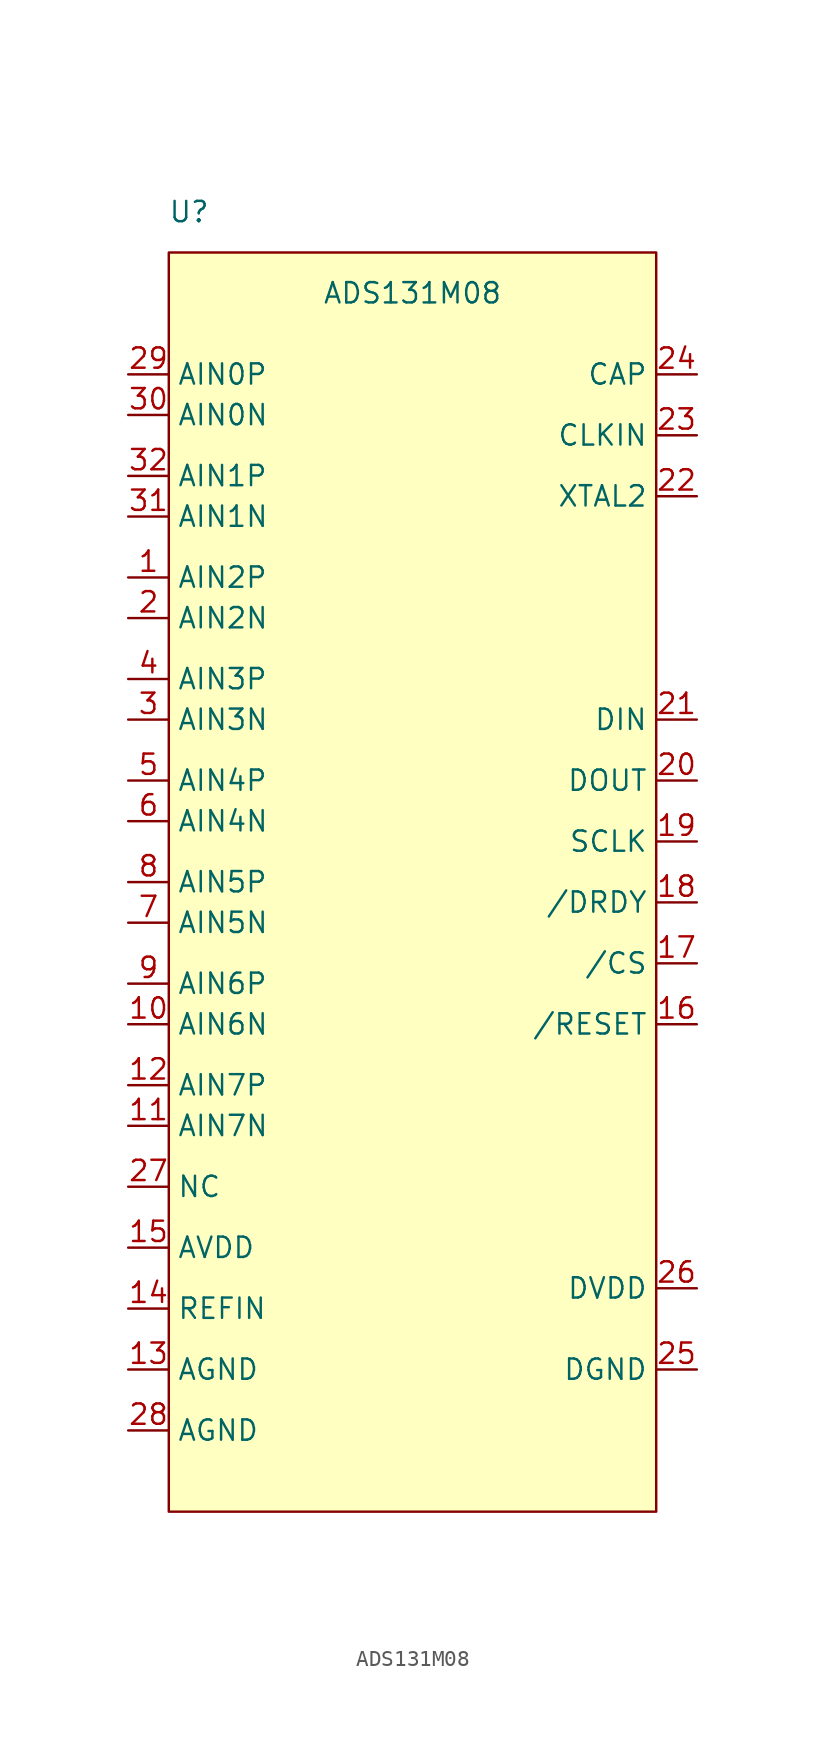
<source format=kicad_sym>
(kicad_symbol_lib
  (version 20220914)
  (generator kicad_symbol_editor)
  (symbol "ADS131M08"
    (property "Reference" "U"
      (at -13.97 38.1 0)
      (effects (font (size 1.27 1.27))))
    (property "Value" "ADS131M08"
      (at 0 33.02 0)
      (effects (font (size 1.27 1.27))))
    (symbol "ADS131M08_0_1"
      (rectangle (start -15.24 35.56) (end 15.24 -43.18) (stroke (width 0) (type default)) (fill (type background))))
    (symbol "ADS131M08_1_1"
      (pin input line (at -17.78 15.24 0) (length 2.54) (name "AIN2P" (effects (font (size 1.27 1.27)))) (number "1" (effects (font (size 1.27 1.27)))))
      (pin input line (at -17.78 -12.7 0) (length 2.54) (name "AIN6N" (effects (font (size 1.27 1.27)))) (number "10" (effects (font (size 1.27 1.27)))))
      (pin input line (at -17.78 -19.05 0) (length 2.54) (name "AIN7N" (effects (font (size 1.27 1.27)))) (number "11" (effects (font (size 1.27 1.27)))))
      (pin input line (at -17.78 -16.51 0) (length 2.54) (name "AIN7P" (effects (font (size 1.27 1.27)))) (number "12" (effects (font (size 1.27 1.27)))))
      (pin power_in line (at -17.78 -34.29 0) (length 2.54) (name "AGND" (effects (font (size 1.27 1.27)))) (number "13" (effects (font (size 1.27 1.27)))))
      (pin input line (at -17.78 -30.48 0) (length 2.54) (name "REFIN" (effects (font (size 1.27 1.27)))) (number "14" (effects (font (size 1.27 1.27)))))
      (pin power_in line (at -17.78 -26.67 0) (length 2.54) (name "AVDD" (effects (font (size 1.27 1.27)))) (number "15" (effects (font (size 1.27 1.27)))))
      (pin input line (at 17.78 -12.7 180) (length 2.54) (name "/RESET" (effects (font (size 1.27 1.27)))) (number "16" (effects (font (size 1.27 1.27)))))
      (pin input line (at 17.78 -8.89 180) (length 2.54) (name "/CS" (effects (font (size 1.27 1.27)))) (number "17" (effects (font (size 1.27 1.27)))))
      (pin output line (at 17.78 -5.08 180) (length 2.54) (name "/DRDY" (effects (font (size 1.27 1.27)))) (number "18" (effects (font (size 1.27 1.27)))))
      (pin input line (at 17.78 -1.27 180) (length 2.54) (name "SCLK" (effects (font (size 1.27 1.27)))) (number "19" (effects (font (size 1.27 1.27)))))
      (pin input line (at -17.78 12.7 0) (length 2.54) (name "AIN2N" (effects (font (size 1.27 1.27)))) (number "2" (effects (font (size 1.27 1.27)))))
      (pin output line (at 17.78 2.54 180) (length 2.54) (name "DOUT" (effects (font (size 1.27 1.27)))) (number "20" (effects (font (size 1.27 1.27)))))
      (pin input line (at 17.78 6.35 180) (length 2.54) (name "DIN" (effects (font (size 1.27 1.27)))) (number "21" (effects (font (size 1.27 1.27)))))
      (pin passive line (at 17.78 20.32 180) (length 2.54) (name "XTAL2" (effects (font (size 1.27 1.27)))) (number "22" (effects (font (size 1.27 1.27)))))
      (pin input line (at 17.78 24.13 180) (length 2.54) (name "CLKIN" (effects (font (size 1.27 1.27)))) (number "23" (effects (font (size 1.27 1.27)))))
      (pin passive line (at 17.78 27.94 180) (length 2.54) (name "CAP" (effects (font (size 1.27 1.27)))) (number "24" (effects (font (size 1.27 1.27)))))
      (pin power_in line (at 17.78 -34.29 180) (length 2.54) (name "DGND" (effects (font (size 1.27 1.27)))) (number "25" (effects (font (size 1.27 1.27)))))
      (pin power_in line (at 17.78 -29.21 180) (length 2.54) (name "DVDD" (effects (font (size 1.27 1.27)))) (number "26" (effects (font (size 1.27 1.27)))))
      (pin input line (at -17.78 -22.86 0) (length 2.54) (name "NC" (effects (font (size 1.27 1.27)))) (number "27" (effects (font (size 1.27 1.27)))))
      (pin power_in line (at -17.78 -38.1 0) (length 2.54) (name "AGND" (effects (font (size 1.27 1.27)))) (number "28" (effects (font (size 1.27 1.27)))))
      (pin input line (at -17.78 27.94 0) (length 2.54) (name "AIN0P" (effects (font (size 1.27 1.27)))) (number "29" (effects (font (size 1.27 1.27)))))
      (pin input line (at -17.78 6.35 0) (length 2.54) (name "AIN3N" (effects (font (size 1.27 1.27)))) (number "3" (effects (font (size 1.27 1.27)))))
      (pin input line (at -17.78 25.4 0) (length 2.54) (name "AIN0N" (effects (font (size 1.27 1.27)))) (number "30" (effects (font (size 1.27 1.27)))))
      (pin input line (at -17.78 19.05 0) (length 2.54) (name "AIN1N" (effects (font (size 1.27 1.27)))) (number "31" (effects (font (size 1.27 1.27)))))
      (pin input line (at -17.78 21.59 0) (length 2.54) (name "AIN1P" (effects (font (size 1.27 1.27)))) (number "32" (effects (font (size 1.27 1.27)))))
      (pin input line (at -17.78 8.89 0) (length 2.54) (name "AIN3P" (effects (font (size 1.27 1.27)))) (number "4" (effects (font (size 1.27 1.27)))))
      (pin input line (at -17.78 2.54 0) (length 2.54) (name "AIN4P" (effects (font (size 1.27 1.27)))) (number "5" (effects (font (size 1.27 1.27)))))
      (pin input line (at -17.78 0 0) (length 2.54) (name "AIN4N" (effects (font (size 1.27 1.27)))) (number "6" (effects (font (size 1.27 1.27)))))
      (pin input line (at -17.78 -6.35 0) (length 2.54) (name "AIN5N" (effects (font (size 1.27 1.27)))) (number "7" (effects (font (size 1.27 1.27)))))
      (pin input line (at -17.78 -3.81 0) (length 2.54) (name "AIN5P" (effects (font (size 1.27 1.27)))) (number "8" (effects (font (size 1.27 1.27)))))
      (pin input line (at -17.78 -10.16 0) (length 2.54) (name "AIN6P" (effects (font (size 1.27 1.27)))) (number "9" (effects (font (size 1.27 1.27))))))))
</source>
